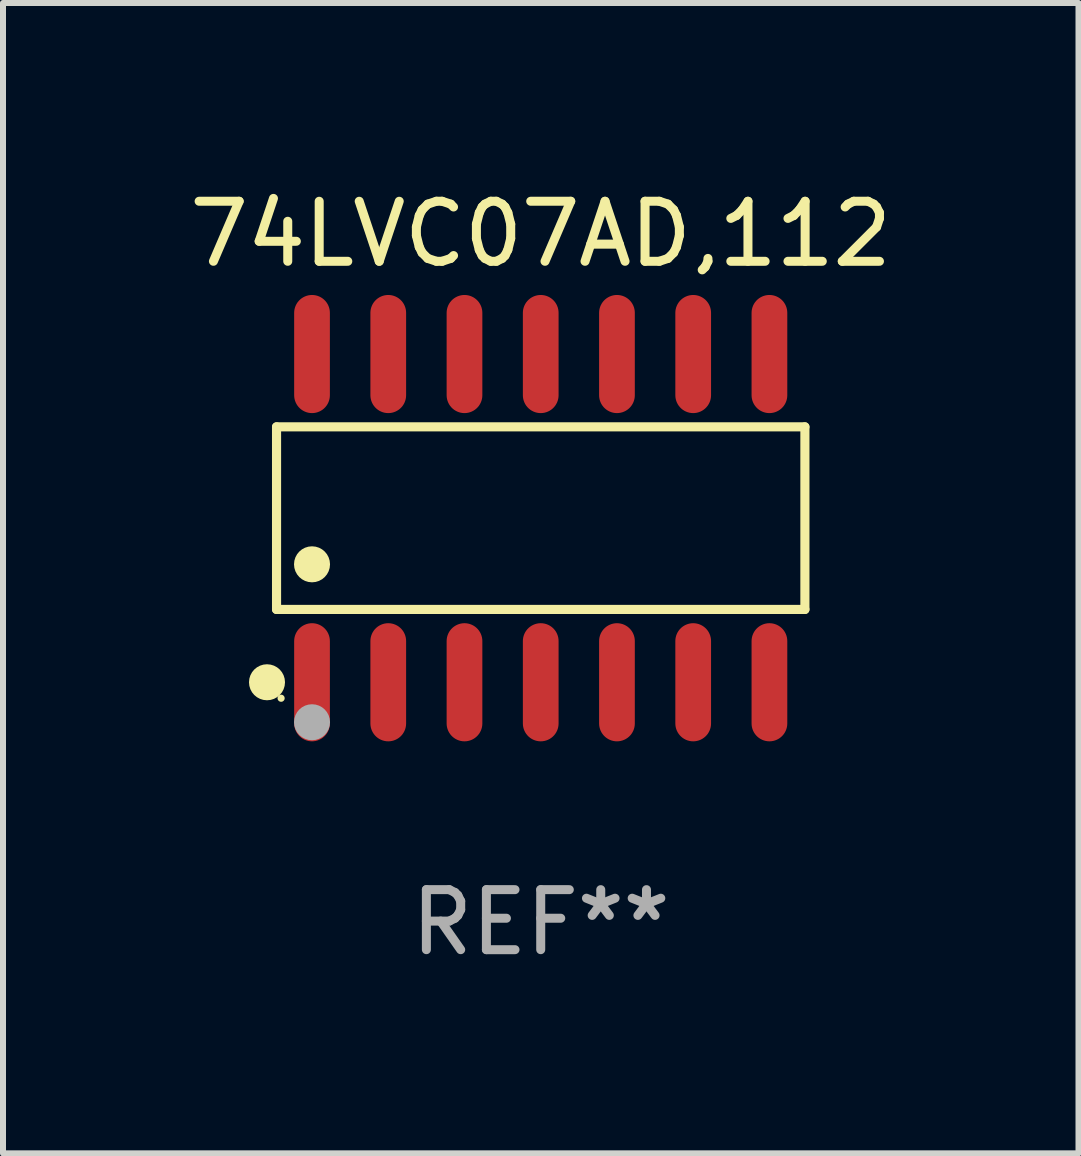
<source format=kicad_pcb>
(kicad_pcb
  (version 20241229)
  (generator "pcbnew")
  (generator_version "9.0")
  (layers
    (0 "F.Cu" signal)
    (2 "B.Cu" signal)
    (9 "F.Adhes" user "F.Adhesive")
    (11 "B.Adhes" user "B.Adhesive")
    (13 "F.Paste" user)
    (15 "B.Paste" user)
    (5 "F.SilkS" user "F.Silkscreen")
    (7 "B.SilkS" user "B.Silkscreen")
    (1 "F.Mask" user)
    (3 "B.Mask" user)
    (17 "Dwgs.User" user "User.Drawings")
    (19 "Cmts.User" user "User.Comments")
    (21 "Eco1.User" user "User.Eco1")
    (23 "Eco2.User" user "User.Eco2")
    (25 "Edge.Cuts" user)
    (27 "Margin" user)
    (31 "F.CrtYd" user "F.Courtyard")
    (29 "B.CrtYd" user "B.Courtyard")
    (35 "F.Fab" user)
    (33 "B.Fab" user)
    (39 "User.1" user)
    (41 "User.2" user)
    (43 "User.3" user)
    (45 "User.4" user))
  (footprint "74LVC07AD,112"
    (layer "F.Cu")
    (at 5.958 5.582)
    (property "Reference" "74LVC07AD,112" (at 0 -4.734 0) (layer "F.SilkS") (effects (font (size 1 1) (thickness 0.15))))
    (attr through_hole)
    (fp_line (start -4.401 -1.521) (end 4.401 -1.521) (stroke (width 0.152) (type solid)) (layer "F.SilkS"))
    (fp_line (start -4.401 1.521) (end -4.401 -1.521) (stroke (width 0.152) (type solid)) (layer "F.SilkS"))
    (fp_line (start 4.401 -1.521) (end 4.401 1.521) (stroke (width 0.152) (type solid)) (layer "F.SilkS"))
    (fp_line (start 4.401 1.521) (end -4.401 1.521) (stroke (width 0.152) (type solid)) (layer "F.SilkS"))
    (fp_circle (center -4.56 2.734) (end -4.41 2.734) (stroke (width 0.3) (type solid)) (fill no) (layer "F.SilkS"))
    (fp_circle (center -4.325 3) (end -4.295 3) (stroke (width 0.06) (type solid)) (fill no) (layer "F.SilkS"))
    (fp_circle (center -3.81 0.769) (end -3.66 0.769) (stroke (width 0.3) (type solid)) (fill no) (layer "F.SilkS"))
    (fp_circle (center -3.81 3.4) (end -3.66 3.4) (stroke (width 0.3) (type solid)) (fill no) (layer "F.Fab"))
    (fp_text user "REF**" (at 0 6.734 0) (layer "F.Fab") (effects (font (size 1 1) (thickness 0.15))))
    (pad "1" smd oval (at -3.81 2.734) (size 0.595 1.968) (layers "F.Cu" "F.Mask" "F.Paste"))
    (pad "2" smd oval (at -2.54 2.734) (size 0.595 1.968) (layers "F.Cu" "F.Mask" "F.Paste"))
    (pad "3" smd oval (at -1.27 2.734) (size 0.595 1.968) (layers "F.Cu" "F.Mask" "F.Paste"))
    (pad "4" smd oval (at 0 2.734) (size 0.595 1.968) (layers "F.Cu" "F.Mask" "F.Paste"))
    (pad "5" smd oval (at 1.27 2.734) (size 0.595 1.968) (layers "F.Cu" "F.Mask" "F.Paste"))
    (pad "6" smd oval (at 2.54 2.734) (size 0.595 1.968) (layers "F.Cu" "F.Mask" "F.Paste"))
    (pad "7" smd oval (at 3.81 2.734) (size 0.595 1.968) (layers "F.Cu" "F.Mask" "F.Paste"))
    (pad "8" smd oval (at 3.81 -2.734) (size 0.595 1.968) (layers "F.Cu" "F.Mask" "F.Paste"))
    (pad "9" smd oval (at 2.54 -2.734) (size 0.595 1.968) (layers "F.Cu" "F.Mask" "F.Paste"))
    (pad "10" smd oval (at 1.27 -2.734) (size 0.595 1.968) (layers "F.Cu" "F.Mask" "F.Paste"))
    (pad "11" smd oval (at 0 -2.734) (size 0.595 1.968) (layers "F.Cu" "F.Mask" "F.Paste"))
    (pad "12" smd oval (at -1.27 -2.734) (size 0.595 1.968) (layers "F.Cu" "F.Mask" "F.Paste"))
    (pad "13" smd oval (at -2.54 -2.734) (size 0.595 1.968) (layers "F.Cu" "F.Mask" "F.Paste"))
    (pad "14" smd oval (at -3.81 -2.734) (size 0.595 1.968) (layers "F.Cu" "F.Mask" "F.Paste")))
  (gr_rect
    (start -3 -3)
    (end 14.917 16.164)
    (stroke (width 0.1) (type default))
    (fill no)
    (layer "Edge.Cuts")))
</source>
